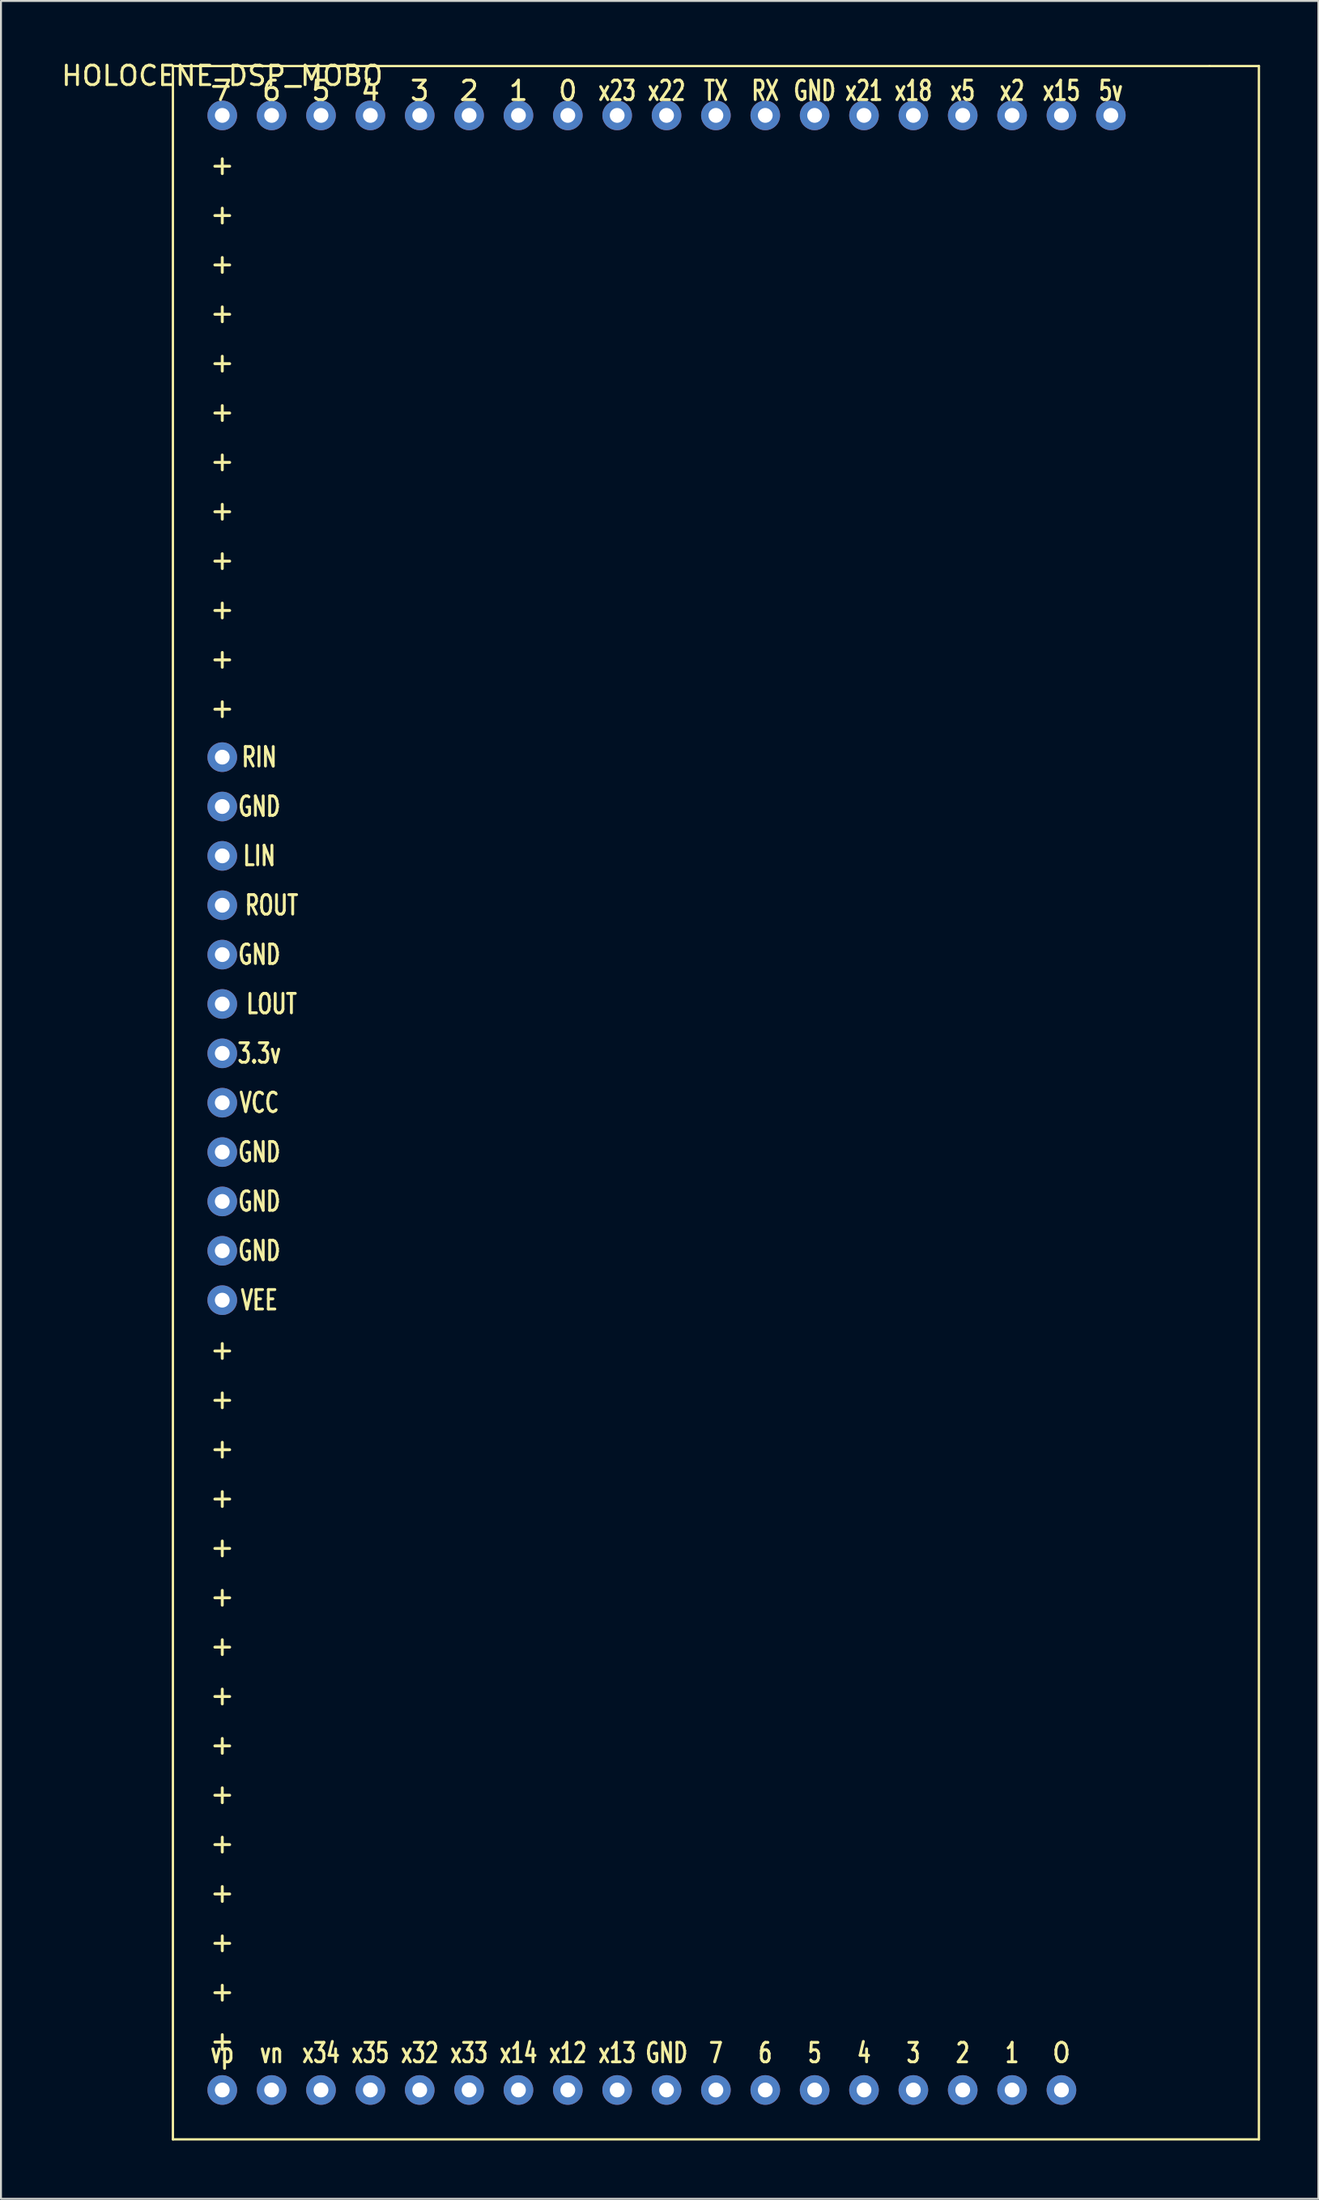
<source format=kicad_pcb>
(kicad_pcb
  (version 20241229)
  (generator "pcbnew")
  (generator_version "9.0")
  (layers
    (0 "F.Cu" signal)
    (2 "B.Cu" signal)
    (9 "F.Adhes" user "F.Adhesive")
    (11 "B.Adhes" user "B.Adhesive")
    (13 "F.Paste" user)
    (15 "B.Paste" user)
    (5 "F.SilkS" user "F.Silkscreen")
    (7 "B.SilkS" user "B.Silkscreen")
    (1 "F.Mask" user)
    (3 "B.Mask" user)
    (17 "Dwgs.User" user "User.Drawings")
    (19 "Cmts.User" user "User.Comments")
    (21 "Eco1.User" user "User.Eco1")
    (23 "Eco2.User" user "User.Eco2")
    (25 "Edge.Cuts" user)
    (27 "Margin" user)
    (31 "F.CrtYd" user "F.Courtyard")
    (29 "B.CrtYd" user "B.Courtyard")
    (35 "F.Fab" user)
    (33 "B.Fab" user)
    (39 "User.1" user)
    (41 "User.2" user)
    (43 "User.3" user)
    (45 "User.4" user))
  (footprint "HOLOCENE_DSP_MOBO"
    (layer "F.Cu")
    (at 8.387 2.888)
    (property "Reference" "HOLOCENE_DSP_MOBO" (at 0 -2.04 0) (layer "F.SilkS") (effects (font (size 1 1) (thickness 0.15))))
    (attr through_hole)
    (fp_line (start -2.54 -2.54) (end 50.8 -2.54) (stroke (width 0.12) (type solid)) (layer "F.SilkS"))
    (fp_line (start -2.54 104.14) (end -2.54 -2.54) (stroke (width 0.12) (type solid)) (layer "F.SilkS"))
    (fp_line (start 50.8 -2.54) (end 53.34 -2.54) (stroke (width 0.12) (type solid)) (layer "F.SilkS"))
    (fp_line (start 53.34 -2.54) (end 53.34 104.14) (stroke (width 0.12) (type solid)) (layer "F.SilkS"))
    (fp_line (start 53.34 104.14) (end -2.54 104.14) (stroke (width 0.12) (type solid)) (layer "F.SilkS"))
    (fp_text user "GND" (at 1.905 43.18 0) (layer "F.SilkS") (effects (font (size 1 0.7) (thickness 0.15))))
    (fp_text user "+" (at 0 7.62 0) (layer "F.SilkS") (effects (font (size 1 1) (thickness 0.15))))
    (fp_text user "+" (at 0 63.5 0) (layer "F.SilkS") (effects (font (size 1 1) (thickness 0.15))))
    (fp_text user "4" (at 7.62 -1.27 0) (layer "F.SilkS") (effects (font (size 1 1) (thickness 0.15))))
    (fp_text user "TX" (at 25.4 -1.27 0) (layer "F.SilkS") (effects (font (size 1 0.7) (thickness 0.15))))
    (fp_text user "+" (at 0 2.54 0) (layer "F.SilkS") (effects (font (size 1 1) (thickness 0.15))))
    (fp_text user "+" (at 0 76.2 0) (layer "F.SilkS") (effects (font (size 1 1) (thickness 0.15))))
    (fp_text user "5" (at 30.48 99.695 0) (layer "F.SilkS") (effects (font (size 1 0.7) (thickness 0.15))))
    (fp_text user "GND" (at 1.905 55.88 0) (layer "F.SilkS") (effects (font (size 1 0.7) (thickness 0.15))))
    (fp_text user "ROUT" (at 2.54 40.64 0) (layer "F.SilkS") (effects (font (size 1 0.7) (thickness 0.15))))
    (fp_text user "3.3v" (at 1.905 48.26 0) (layer "F.SilkS") (effects (font (size 1 0.7) (thickness 0.15))))
    (fp_text user "VEE" (at 1.905 60.96 0) (layer "F.SilkS") (effects (font (size 1 0.7) (thickness 0.15))))
    (fp_text user "+" (at 0 66.04 0) (layer "F.SilkS") (effects (font (size 1 1) (thickness 0.15))))
    (fp_text user "x21" (at 33.02 -1.27 0) (layer "F.SilkS") (effects (font (size 1 0.7) (thickness 0.15))))
    (fp_text user "+" (at 0 30.48 0) (layer "F.SilkS") (effects (font (size 1 1) (thickness 0.15))))
    (fp_text user "+" (at 0 91.44 0) (layer "F.SilkS") (effects (font (size 1 1) (thickness 0.15))))
    (fp_text user "+" (at 0 68.58 0) (layer "F.SilkS") (effects (font (size 1 1) (thickness 0.15))))
    (fp_text user "7" (at 0 -1.27 0) (layer "F.SilkS") (effects (font (size 1 1) (thickness 0.15))))
    (fp_text user "1" (at 40.64 99.695 0) (layer "F.SilkS") (effects (font (size 1 0.7) (thickness 0.15))))
    (fp_text user "+" (at 0 17.78 0) (layer "F.SilkS") (effects (font (size 1 1) (thickness 0.15))))
    (fp_text user "vn" (at 2.54 99.695 0) (layer "F.SilkS") (effects (font (size 1 0.7) (thickness 0.15))))
    (fp_text user "3" (at 35.56 99.695 0) (layer "F.SilkS") (effects (font (size 1 0.7) (thickness 0.15))))
    (fp_text user "2" (at 38.1 99.695 0) (layer "F.SilkS") (effects (font (size 1 0.7) (thickness 0.15))))
    (fp_text user "+" (at 0 12.7 0) (layer "F.SilkS") (effects (font (size 1 1) (thickness 0.15))))
    (fp_text user "x5" (at 38.1 -1.27 0) (layer "F.SilkS") (effects (font (size 1 0.7) (thickness 0.15))))
    (fp_text user "LOUT" (at 2.54 45.72 0) (layer "F.SilkS") (effects (font (size 1 0.7) (thickness 0.15))))
    (fp_text user "GND" (at 22.86 99.695 0) (layer "F.SilkS") (effects (font (size 1 0.7) (thickness 0.15))))
    (fp_text user "LIN" (at 1.905 38.1 0) (layer "F.SilkS") (effects (font (size 1 0.7) (thickness 0.15))))
    (fp_text user "+" (at 0 88.9 0) (layer "F.SilkS") (effects (font (size 1 1) (thickness 0.15))))
    (fp_text user "+" (at 0 83.82 0) (layer "F.SilkS") (effects (font (size 1 1) (thickness 0.15))))
    (fp_text user "1" (at 15.24 -1.27 0) (layer "F.SilkS") (effects (font (size 1 1) (thickness 0.15))))
    (fp_text user "3" (at 10.16 -1.27 0) (layer "F.SilkS") (effects (font (size 1 1) (thickness 0.15))))
    (fp_text user "x13" (at 20.32 99.695 0) (layer "F.SilkS") (effects (font (size 1 0.7) (thickness 0.15))))
    (fp_text user "x15" (at 43.18 -1.27 0) (layer "F.SilkS") (effects (font (size 1 0.7) (thickness 0.15))))
    (fp_text user "+" (at 0 99.06 0) (layer "F.SilkS") (effects (font (size 1 1) (thickness 0.15))))
    (fp_text user "VCC" (at 1.905 50.8 0) (layer "F.SilkS") (effects (font (size 1 0.7) (thickness 0.15))))
    (fp_text user "+" (at 0 73.66 0) (layer "F.SilkS") (effects (font (size 1 1) (thickness 0.15))))
    (fp_text user "x14" (at 15.24 99.695 0) (layer "F.SilkS") (effects (font (size 1 0.7) (thickness 0.15))))
    (fp_text user "+" (at 0 25.4 0) (layer "F.SilkS") (effects (font (size 1 1) (thickness 0.15))))
    (fp_text user "+" (at 0 10.16 0) (layer "F.SilkS") (effects (font (size 1 1) (thickness 0.15))))
    (fp_text user "2" (at 12.7 -1.27 0) (layer "F.SilkS") (effects (font (size 1 1) (thickness 0.15))))
    (fp_text user "x32" (at 10.16 99.695 0) (layer "F.SilkS") (effects (font (size 1 0.7) (thickness 0.15))))
    (fp_text user "+" (at 0 86.36 0) (layer "F.SilkS") (effects (font (size 1 1) (thickness 0.15))))
    (fp_text user "x12" (at 17.78 99.695 0) (layer "F.SilkS") (effects (font (size 1 0.7) (thickness 0.15))))
    (fp_text user "+" (at 0 93.98 0) (layer "F.SilkS") (effects (font (size 1 1) (thickness 0.15))))
    (fp_text user "x34" (at 5.08 99.695 0) (layer "F.SilkS") (effects (font (size 1 0.7) (thickness 0.15))))
    (fp_text user "+" (at 0 15.24 0) (layer "F.SilkS") (effects (font (size 1 1) (thickness 0.15))))
    (fp_text user "vp" (at 0 99.695 0) (layer "F.SilkS") (effects (font (size 1 0.7) (thickness 0.15))))
    (fp_text user "GND" (at 1.905 53.34 0) (layer "F.SilkS") (effects (font (size 1 0.7) (thickness 0.15))))
    (fp_text user "+" (at 0 96.52 0) (layer "F.SilkS") (effects (font (size 1 1) (thickness 0.15))))
    (fp_text user "GND" (at 1.905 58.42 0) (layer "F.SilkS") (effects (font (size 1 0.7) (thickness 0.15))))
    (fp_text user "0" (at 17.78 -1.27 0) (layer "F.SilkS") (effects (font (size 1 1) (thickness 0.15))))
    (fp_text user "6" (at 2.54 -1.27 0) (layer "F.SilkS") (effects (font (size 1 1) (thickness 0.15))))
    (fp_text user "4" (at 33.02 99.695 0) (layer "F.SilkS") (effects (font (size 1 0.7) (thickness 0.15))))
    (fp_text user "+" (at 0 22.86 0) (layer "F.SilkS") (effects (font (size 1 1) (thickness 0.15))))
    (fp_text user "x33" (at 12.7 99.695 0) (layer "F.SilkS") (effects (font (size 1 0.7) (thickness 0.15))))
    (fp_text user "+" (at 0 5.08 0) (layer "F.SilkS") (effects (font (size 1 1) (thickness 0.15))))
    (fp_text user "7" (at 25.4 99.695 0) (layer "F.SilkS") (effects (font (size 1 0.7) (thickness 0.15))))
    (fp_text user "GND" (at 30.48 -1.27 0) (layer "F.SilkS") (effects (font (size 1 0.7) (thickness 0.15))))
    (fp_text user "RIN" (at 1.905 33.02 0) (layer "F.SilkS") (effects (font (size 1 0.7) (thickness 0.15))))
    (fp_text user "+" (at 0 78.74 0) (layer "F.SilkS") (effects (font (size 1 1) (thickness 0.15))))
    (fp_text user "+" (at 0 27.94 0) (layer "F.SilkS") (effects (font (size 1 1) (thickness 0.15))))
    (fp_text user "+" (at 0 20.32 0) (layer "F.SilkS") (effects (font (size 1 1) (thickness 0.15))))
    (fp_text user "5" (at 5.08 -1.27 0) (layer "F.SilkS") (effects (font (size 1 1) (thickness 0.15))))
    (fp_text user "GND" (at 1.905 35.56 0) (layer "F.SilkS") (effects (font (size 1 0.7) (thickness 0.15))))
    (fp_text user "5v" (at 45.72 -1.27 0) (layer "F.SilkS") (effects (font (size 1 0.7) (thickness 0.15))))
    (fp_text user "x18" (at 35.56 -1.27 0) (layer "F.SilkS") (effects (font (size 1 0.7) (thickness 0.15))))
    (fp_text user "+" (at 0 71.12 0) (layer "F.SilkS") (effects (font (size 1 1) (thickness 0.15))))
    (fp_text user "x2" (at 40.64 -1.27 0) (layer "F.SilkS") (effects (font (size 1 0.7) (thickness 0.15))))
    (fp_text user "+" (at 0 81.28 0) (layer "F.SilkS") (effects (font (size 1 1) (thickness 0.15))))
    (fp_text user "0" (at 43.18 99.695 0) (layer "F.SilkS") (effects (font (size 1 1) (thickness 0.15))))
    (fp_text user "x35" (at 7.62 99.695 0) (layer "F.SilkS") (effects (font (size 1 0.7) (thickness 0.15))))
    (fp_text user "x23" (at 20.32 -1.27 0) (layer "F.SilkS") (effects (font (size 1 0.7) (thickness 0.15))))
    (fp_text user "6" (at 27.94 99.695 0) (layer "F.SilkS") (effects (font (size 1 0.7) (thickness 0.15))))
    (fp_text user "RX" (at 27.94 -1.27 0) (layer "F.SilkS") (effects (font (size 1 0.7) (thickness 0.15))))
    (fp_text user "x22" (at 22.86 -1.27 0) (layer "F.SilkS") (effects (font (size 1 0.7) (thickness 0.15))))
    (pad "3.3v" thru_hole circle (at 0 48.26) (size 1.524 1.524) (drill 0.762) (layers "*.Cu" "*.Mask"))
    (pad "5v" thru_hole circle (at 45.72 0) (size 1.524 1.524) (drill 0.762) (layers "*.Cu" "*.Mask"))
    (pad "ctrl0" thru_hole circle (at 17.78 0) (size 1.524 1.524) (drill 0.762) (layers "*.Cu" "*.Mask"))
    (pad "ctrl1" thru_hole circle (at 15.24 0) (size 1.524 1.524) (drill 0.762) (layers "*.Cu" "*.Mask"))
    (pad "ctrl2" thru_hole circle (at 12.7 0) (size 1.524 1.524) (drill 0.762) (layers "*.Cu" "*.Mask"))
    (pad "ctrl3" thru_hole circle (at 10.16 0) (size 1.524 1.524) (drill 0.762) (layers "*.Cu" "*.Mask"))
    (pad "ctrl4" thru_hole circle (at 7.62 0) (size 1.524 1.524) (drill 0.762) (layers "*.Cu" "*.Mask"))
    (pad "ctrl5" thru_hole circle (at 5.08 0) (size 1.524 1.524) (drill 0.762) (layers "*.Cu" "*.Mask"))
    (pad "ctrl6" thru_hole circle (at 2.54 0) (size 1.524 1.524) (drill 0.762) (layers "*.Cu" "*.Mask"))
    (pad "ctrl7" thru_hole circle (at 0 0) (size 1.524 1.524) (drill 0.762) (layers "*.Cu" "*.Mask"))
    (pad "cv0" thru_hole circle (at 43.18 101.6) (size 1.524 1.524) (drill 0.762) (layers "*.Cu" "*.Mask"))
    (pad "cv1" thru_hole circle (at 40.64 101.6) (size 1.524 1.524) (drill 0.762) (layers "*.Cu" "*.Mask"))
    (pad "cv2" thru_hole circle (at 38.1 101.6) (size 1.524 1.524) (drill 0.762) (layers "*.Cu" "*.Mask"))
    (pad "cv3" thru_hole circle (at 35.56 101.6) (size 1.524 1.524) (drill 0.762) (layers "*.Cu" "*.Mask"))
    (pad "cv4" thru_hole circle (at 33.02 101.6) (size 1.524 1.524) (drill 0.762) (layers "*.Cu" "*.Mask"))
    (pad "cv5" thru_hole circle (at 30.48 101.6) (size 1.524 1.524) (drill 0.762) (layers "*.Cu" "*.Mask"))
    (pad "cv6" thru_hole circle (at 27.94 101.6) (size 1.524 1.524) (drill 0.762) (layers "*.Cu" "*.Mask"))
    (pad "cv7" thru_hole circle (at 25.4 101.6) (size 1.524 1.524) (drill 0.762) (layers "*.Cu" "*.Mask"))
    (pad "gnd" thru_hole circle (at 0 35.56) (size 1.524 1.524) (drill 0.762) (layers "*.Cu" "*.Mask"))
    (pad "gnd" thru_hole circle (at 0 43.18) (size 1.524 1.524) (drill 0.762) (layers "*.Cu" "*.Mask"))
    (pad "gnd" thru_hole circle (at 0 53.34) (size 1.524 1.524) (drill 0.762) (layers "*.Cu" "*.Mask"))
    (pad "gnd" thru_hole circle (at 0 55.88) (size 1.524 1.524) (drill 0.762) (layers "*.Cu" "*.Mask"))
    (pad "gnd" thru_hole circle (at 0 58.42) (size 1.524 1.524) (drill 0.762) (layers "*.Cu" "*.Mask"))
    (pad "gnd" thru_hole circle (at 22.86 101.6) (size 1.524 1.524) (drill 0.762) (layers "*.Cu" "*.Mask"))
    (pad "gnd" thru_hole circle (at 30.48 0) (size 1.524 1.524) (drill 0.762) (layers "*.Cu" "*.Mask"))
    (pad "lin" thru_hole circle (at 0 38.1) (size 1.524 1.524) (drill 0.762) (layers "*.Cu" "*.Mask"))
    (pad "lout" thru_hole circle (at 0 45.72) (size 1.524 1.524) (drill 0.762) (layers "*.Cu" "*.Mask"))
    (pad "rin" thru_hole circle (at 0 33.02) (size 1.524 1.524) (drill 0.762) (layers "*.Cu" "*.Mask"))
    (pad "rout" thru_hole circle (at 0 40.64) (size 1.524 1.524) (drill 0.762) (layers "*.Cu" "*.Mask"))
    (pad "rx" thru_hole circle (at 27.94 0) (size 1.524 1.524) (drill 0.762) (layers "*.Cu" "*.Mask"))
    (pad "tx" thru_hole circle (at 25.4 0) (size 1.524 1.524) (drill 0.762) (layers "*.Cu" "*.Mask"))
    (pad "vcc" thru_hole circle (at 0 50.8) (size 1.524 1.524) (drill 0.762) (layers "*.Cu" "*.Mask"))
    (pad "vee" thru_hole circle (at 0 60.96) (size 1.524 1.524) (drill 0.762) (layers "*.Cu" "*.Mask"))
    (pad "vn" thru_hole circle (at 2.54 101.6) (size 1.524 1.524) (drill 0.762) (layers "*.Cu" "*.Mask"))
    (pad "vp" thru_hole circle (at 0 101.6) (size 1.524 1.524) (drill 0.762) (layers "*.Cu" "*.Mask"))
    (pad "x2" thru_hole circle (at 40.64 0) (size 1.524 1.524) (drill 0.762) (layers "*.Cu" "*.Mask"))
    (pad "x5" thru_hole circle (at 38.1 0) (size 1.524 1.524) (drill 0.762) (layers "*.Cu" "*.Mask"))
    (pad "x12" thru_hole circle (at 17.78 101.6) (size 1.524 1.524) (drill 0.762) (layers "*.Cu" "*.Mask"))
    (pad "x13" thru_hole circle (at 20.32 101.6) (size 1.524 1.524) (drill 0.762) (layers "*.Cu" "*.Mask"))
    (pad "x14" thru_hole circle (at 15.24 101.6) (size 1.524 1.524) (drill 0.762) (layers "*.Cu" "*.Mask"))
    (pad "x15" thru_hole circle (at 43.18 0) (size 1.524 1.524) (drill 0.762) (layers "*.Cu" "*.Mask"))
    (pad "x18" thru_hole circle (at 35.56 0) (size 1.524 1.524) (drill 0.762) (layers "*.Cu" "*.Mask"))
    (pad "x21" thru_hole circle (at 33.02 0) (size 1.524 1.524) (drill 0.762) (layers "*.Cu" "*.Mask"))
    (pad "x22" thru_hole circle (at 22.86 0) (size 1.524 1.524) (drill 0.762) (layers "*.Cu" "*.Mask"))
    (pad "x23" thru_hole circle (at 20.32 0) (size 1.524 1.524) (drill 0.762) (layers "*.Cu" "*.Mask"))
    (pad "x32" thru_hole circle (at 10.16 101.6) (size 1.524 1.524) (drill 0.762) (layers "*.Cu" "*.Mask"))
    (pad "x33" thru_hole circle (at 12.7 101.6) (size 1.524 1.524) (drill 0.762) (layers "*.Cu" "*.Mask"))
    (pad "x34" thru_hole circle (at 5.08 101.6) (size 1.524 1.524) (drill 0.762) (layers "*.Cu" "*.Mask"))
    (pad "x35" thru_hole circle (at 7.62 101.6) (size 1.524 1.524) (drill 0.762) (layers "*.Cu" "*.Mask")))
  (gr_rect
    (start -3 -3)
    (end 64.787 110.088)
    (stroke (width 0.1) (type default))
    (fill no)
    (layer "Edge.Cuts")))
</source>
